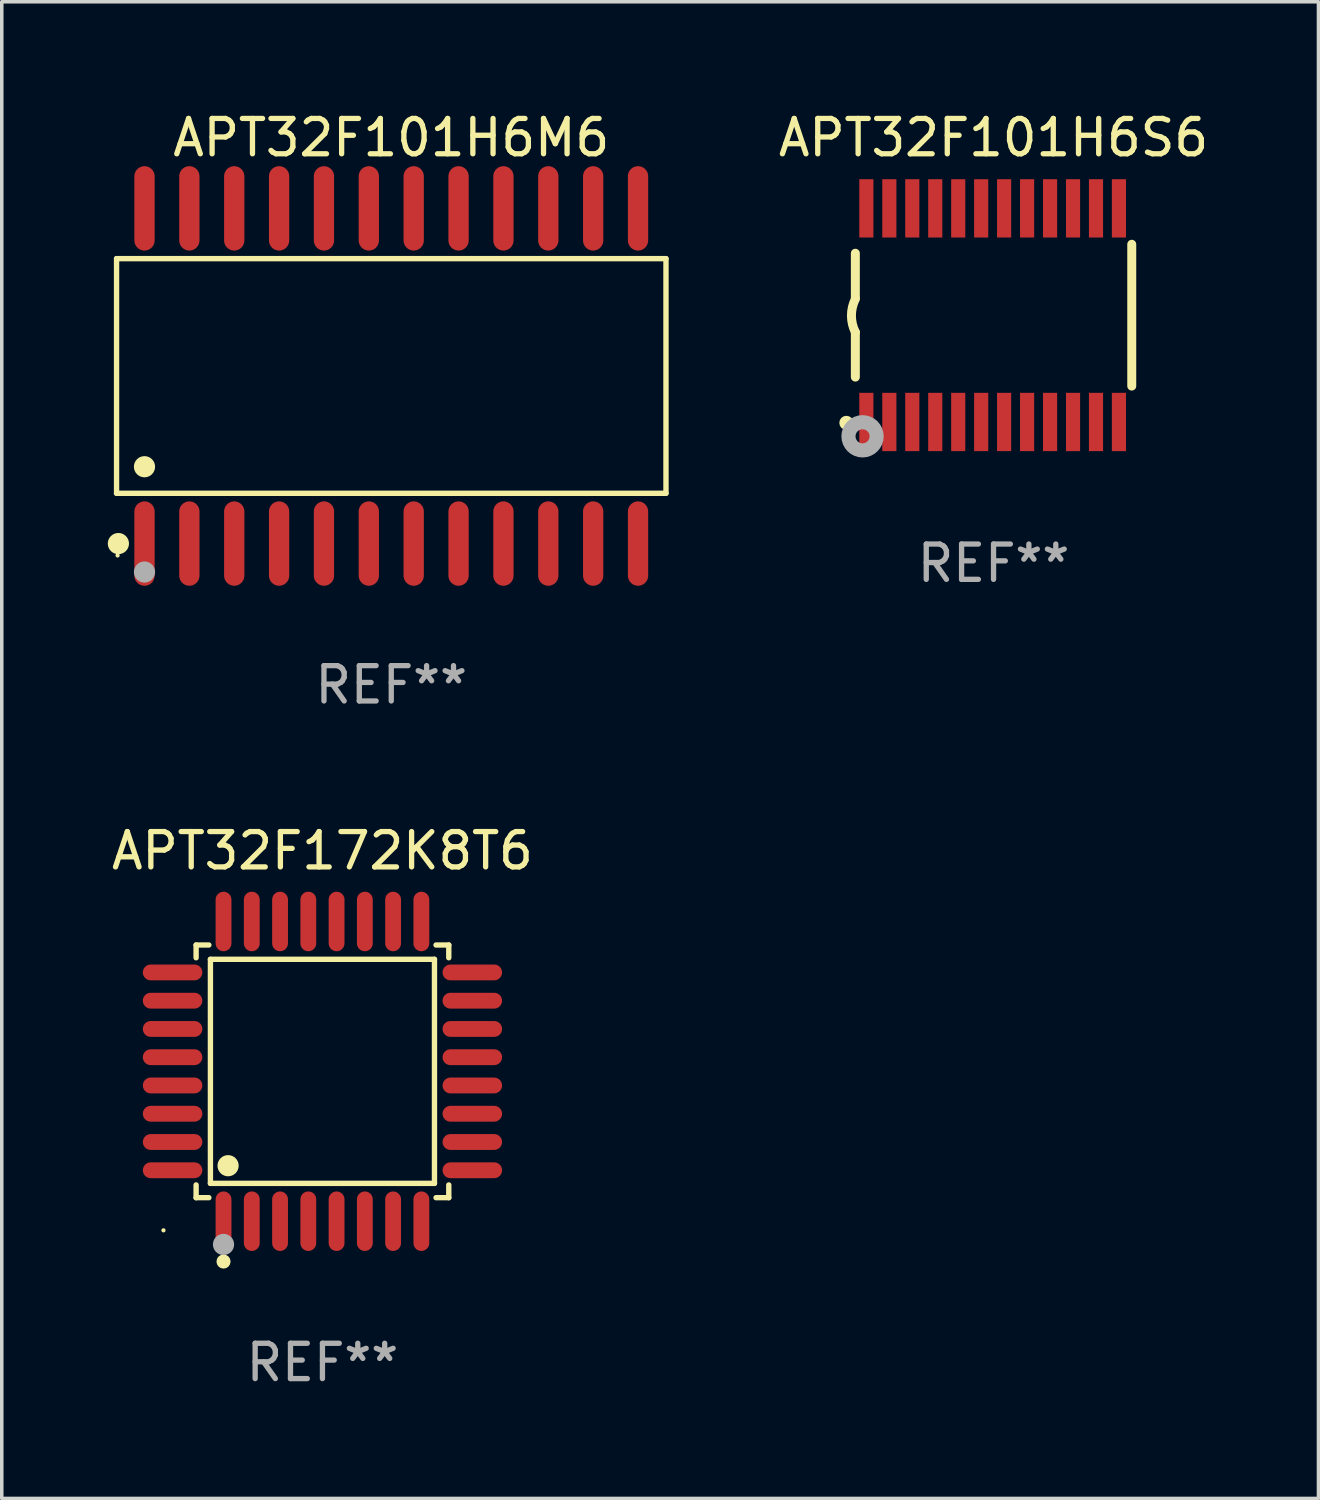
<source format=kicad_pcb>
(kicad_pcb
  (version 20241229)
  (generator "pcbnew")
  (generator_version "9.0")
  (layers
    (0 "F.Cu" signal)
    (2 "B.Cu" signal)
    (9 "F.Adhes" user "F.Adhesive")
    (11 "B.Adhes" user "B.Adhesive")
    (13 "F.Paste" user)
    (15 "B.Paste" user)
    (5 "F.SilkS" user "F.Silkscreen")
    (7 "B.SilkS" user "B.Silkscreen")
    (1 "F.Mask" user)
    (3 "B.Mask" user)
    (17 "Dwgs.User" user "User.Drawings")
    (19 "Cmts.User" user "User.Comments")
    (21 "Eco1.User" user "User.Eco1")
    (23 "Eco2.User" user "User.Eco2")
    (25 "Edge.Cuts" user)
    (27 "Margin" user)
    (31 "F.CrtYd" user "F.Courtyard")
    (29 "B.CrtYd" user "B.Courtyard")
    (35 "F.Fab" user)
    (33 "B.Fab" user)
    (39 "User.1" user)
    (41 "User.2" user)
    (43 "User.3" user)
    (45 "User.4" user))
  (footprint "APT32F172K8T6"
    (layer "F.Cu")
    (at 6.077 27.275)
    (property "Reference" "APT32F172K8T6" (at 0 -6.242 0) (layer "F.SilkS") (effects (font (size 1 1) (thickness 0.15))))
    (attr through_hole)
    (fp_line (start -3.576 -3.576) (end -3.215 -3.576) (stroke (width 0.152) (type solid)) (layer "F.SilkS"))
    (fp_line (start -3.576 -3.215) (end -3.576 -3.576) (stroke (width 0.152) (type solid)) (layer "F.SilkS"))
    (fp_line (start -3.576 3.215) (end -3.576 3.576) (stroke (width 0.152) (type solid)) (layer "F.SilkS"))
    (fp_line (start -3.576 3.576) (end -3.215 3.576) (stroke (width 0.152) (type solid)) (layer "F.SilkS"))
    (fp_line (start -3.171 -3.171) (end 3.171 -3.171) (stroke (width 0.152) (type solid)) (layer "F.SilkS"))
    (fp_line (start -3.171 3.171) (end -3.171 -3.171) (stroke (width 0.152) (type solid)) (layer "F.SilkS"))
    (fp_line (start 3.171 -3.171) (end 3.171 3.171) (stroke (width 0.152) (type solid)) (layer "F.SilkS"))
    (fp_line (start 3.171 3.171) (end -3.171 3.171) (stroke (width 0.152) (type solid)) (layer "F.SilkS"))
    (fp_line (start 3.576 -3.576) (end 3.215 -3.576) (stroke (width 0.152) (type solid)) (layer "F.SilkS"))
    (fp_line (start 3.576 -3.215) (end 3.576 -3.576) (stroke (width 0.152) (type solid)) (layer "F.SilkS"))
    (fp_line (start 3.576 3.215) (end 3.576 3.576) (stroke (width 0.152) (type solid)) (layer "F.SilkS"))
    (fp_line (start 3.576 3.576) (end 3.215 3.576) (stroke (width 0.152) (type solid)) (layer "F.SilkS"))
    (fp_circle (center -4.5 4.5) (end -4.47 4.5) (stroke (width 0.06) (type solid)) (fill no) (layer "F.SilkS"))
    (fp_circle (center -2.8 5.384) (end -2.7 5.384) (stroke (width 0.2) (type solid)) (fill no) (layer "F.SilkS"))
    (fp_circle (center -2.671 2.671) (end -2.521 2.671) (stroke (width 0.3) (type solid)) (fill no) (layer "F.SilkS"))
    (fp_circle (center -2.8 4.9) (end -2.65 4.9) (stroke (width 0.3) (type solid)) (fill no) (layer "F.Fab"))
    (fp_text user "REF**" (at 0 8.242 0) (layer "F.Fab") (effects (font (size 1 1) (thickness 0.15))))
    (pad "1" smd oval (at -2.8 4.242) (size 0.448 1.684) (layers "F.Cu" "F.Mask" "F.Paste"))
    (pad "2" smd oval (at -2 4.242) (size 0.448 1.684) (layers "F.Cu" "F.Mask" "F.Paste"))
    (pad "3" smd oval (at -1.2 4.242) (size 0.448 1.684) (layers "F.Cu" "F.Mask" "F.Paste"))
    (pad "4" smd oval (at -0.4 4.242) (size 0.448 1.684) (layers "F.Cu" "F.Mask" "F.Paste"))
    (pad "5" smd oval (at 0.4 4.242) (size 0.448 1.684) (layers "F.Cu" "F.Mask" "F.Paste"))
    (pad "6" smd oval (at 1.2 4.242) (size 0.448 1.684) (layers "F.Cu" "F.Mask" "F.Paste"))
    (pad "7" smd oval (at 2 4.242) (size 0.448 1.684) (layers "F.Cu" "F.Mask" "F.Paste"))
    (pad "8" smd oval (at 2.8 4.242) (size 0.448 1.684) (layers "F.Cu" "F.Mask" "F.Paste"))
    (pad "9" smd oval (at 4.242 2.8) (size 1.684 0.448) (layers "F.Cu" "F.Mask" "F.Paste"))
    (pad "10" smd oval (at 4.242 2) (size 1.684 0.448) (layers "F.Cu" "F.Mask" "F.Paste"))
    (pad "11" smd oval (at 4.242 1.2) (size 1.684 0.448) (layers "F.Cu" "F.Mask" "F.Paste"))
    (pad "12" smd oval (at 4.242 0.4) (size 1.684 0.448) (layers "F.Cu" "F.Mask" "F.Paste"))
    (pad "13" smd oval (at 4.242 -0.4) (size 1.684 0.448) (layers "F.Cu" "F.Mask" "F.Paste"))
    (pad "14" smd oval (at 4.242 -1.2) (size 1.684 0.448) (layers "F.Cu" "F.Mask" "F.Paste"))
    (pad "15" smd oval (at 4.242 -2) (size 1.684 0.448) (layers "F.Cu" "F.Mask" "F.Paste"))
    (pad "16" smd oval (at 4.242 -2.8) (size 1.684 0.448) (layers "F.Cu" "F.Mask" "F.Paste"))
    (pad "17" smd oval (at 2.8 -4.242) (size 0.448 1.684) (layers "F.Cu" "F.Mask" "F.Paste"))
    (pad "18" smd oval (at 2 -4.242) (size 0.448 1.684) (layers "F.Cu" "F.Mask" "F.Paste"))
    (pad "19" smd oval (at 1.2 -4.242) (size 0.448 1.684) (layers "F.Cu" "F.Mask" "F.Paste"))
    (pad "20" smd oval (at 0.4 -4.242) (size 0.448 1.684) (layers "F.Cu" "F.Mask" "F.Paste"))
    (pad "21" smd oval (at -0.4 -4.242) (size 0.448 1.684) (layers "F.Cu" "F.Mask" "F.Paste"))
    (pad "22" smd oval (at -1.2 -4.242) (size 0.448 1.684) (layers "F.Cu" "F.Mask" "F.Paste"))
    (pad "23" smd oval (at -2 -4.242) (size 0.448 1.684) (layers "F.Cu" "F.Mask" "F.Paste"))
    (pad "24" smd oval (at -2.8 -4.242) (size 0.448 1.684) (layers "F.Cu" "F.Mask" "F.Paste"))
    (pad "25" smd oval (at -4.242 -2.8) (size 1.684 0.448) (layers "F.Cu" "F.Mask" "F.Paste"))
    (pad "26" smd oval (at -4.242 -2) (size 1.684 0.448) (layers "F.Cu" "F.Mask" "F.Paste"))
    (pad "27" smd oval (at -4.242 -1.2) (size 1.684 0.448) (layers "F.Cu" "F.Mask" "F.Paste"))
    (pad "28" smd oval (at -4.242 -0.4) (size 1.684 0.448) (layers "F.Cu" "F.Mask" "F.Paste"))
    (pad "29" smd oval (at -4.242 0.4) (size 1.684 0.448) (layers "F.Cu" "F.Mask" "F.Paste"))
    (pad "30" smd oval (at -4.242 1.2) (size 1.684 0.448) (layers "F.Cu" "F.Mask" "F.Paste"))
    (pad "31" smd oval (at -4.242 2) (size 1.684 0.448) (layers "F.Cu" "F.Mask" "F.Paste"))
    (pad "32" smd oval (at -4.242 2.8) (size 1.684 0.448) (layers "F.Cu" "F.Mask" "F.Paste")))
  (footprint "APT32F101H6M6"
    (layer "F.Cu")
    (at 8.025 7.592)
    (property "Reference" "APT32F101H6M6" (at 0 -6.744 0) (layer "F.SilkS") (effects (font (size 1 1) (thickness 0.15))))
    (attr through_hole)
    (fp_line (start -7.776 -3.321) (end 7.776 -3.321) (stroke (width 0.152) (type solid)) (layer "F.SilkS"))
    (fp_line (start -7.776 3.321) (end -7.776 -3.321) (stroke (width 0.152) (type solid)) (layer "F.SilkS"))
    (fp_line (start 7.776 -3.321) (end 7.776 3.321) (stroke (width 0.152) (type solid)) (layer "F.SilkS"))
    (fp_line (start 7.776 3.321) (end -7.776 3.321) (stroke (width 0.152) (type solid)) (layer "F.SilkS"))
    (fp_circle (center -7.747 5.08) (end -7.717 5.08) (stroke (width 0.06) (type solid)) (fill no) (layer "F.SilkS"))
    (fp_circle (center -7.724 4.744) (end -7.574 4.744) (stroke (width 0.3) (type solid)) (fill no) (layer "F.SilkS"))
    (fp_circle (center -6.985 2.569) (end -6.835 2.569) (stroke (width 0.3) (type solid)) (fill no) (layer "F.SilkS"))
    (fp_circle (center -6.985 5.55) (end -6.835 5.55) (stroke (width 0.3) (type solid)) (fill no) (layer "F.Fab"))
    (fp_text user "REF**" (at 0 8.744 0) (layer "F.Fab") (effects (font (size 1 1) (thickness 0.15))))
    (pad "1" smd oval (at -6.985 4.744) (size 0.574 2.388) (layers "F.Cu" "F.Mask" "F.Paste"))
    (pad "2" smd oval (at -5.715 4.744) (size 0.574 2.388) (layers "F.Cu" "F.Mask" "F.Paste"))
    (pad "3" smd oval (at -4.445 4.744) (size 0.574 2.388) (layers "F.Cu" "F.Mask" "F.Paste"))
    (pad "4" smd oval (at -3.175 4.744) (size 0.574 2.388) (layers "F.Cu" "F.Mask" "F.Paste"))
    (pad "5" smd oval (at -1.905 4.744) (size 0.574 2.388) (layers "F.Cu" "F.Mask" "F.Paste"))
    (pad "6" smd oval (at -0.635 4.744) (size 0.574 2.388) (layers "F.Cu" "F.Mask" "F.Paste"))
    (pad "7" smd oval (at 0.635 4.744) (size 0.574 2.388) (layers "F.Cu" "F.Mask" "F.Paste"))
    (pad "8" smd oval (at 1.905 4.744) (size 0.574 2.388) (layers "F.Cu" "F.Mask" "F.Paste"))
    (pad "9" smd oval (at 3.175 4.744) (size 0.574 2.388) (layers "F.Cu" "F.Mask" "F.Paste"))
    (pad "10" smd oval (at 4.445 4.744) (size 0.574 2.388) (layers "F.Cu" "F.Mask" "F.Paste"))
    (pad "11" smd oval (at 5.715 4.744) (size 0.574 2.388) (layers "F.Cu" "F.Mask" "F.Paste"))
    (pad "12" smd oval (at 6.985 4.744) (size 0.574 2.388) (layers "F.Cu" "F.Mask" "F.Paste"))
    (pad "13" smd oval (at 6.985 -4.744) (size 0.574 2.388) (layers "F.Cu" "F.Mask" "F.Paste"))
    (pad "14" smd oval (at 5.715 -4.744) (size 0.574 2.388) (layers "F.Cu" "F.Mask" "F.Paste"))
    (pad "15" smd oval (at 4.445 -4.744) (size 0.574 2.388) (layers "F.Cu" "F.Mask" "F.Paste"))
    (pad "16" smd oval (at 3.175 -4.744) (size 0.574 2.388) (layers "F.Cu" "F.Mask" "F.Paste"))
    (pad "17" smd oval (at 1.905 -4.744) (size 0.574 2.388) (layers "F.Cu" "F.Mask" "F.Paste"))
    (pad "18" smd oval (at 0.635 -4.744) (size 0.574 2.388) (layers "F.Cu" "F.Mask" "F.Paste"))
    (pad "19" smd oval (at -0.635 -4.744) (size 0.574 2.388) (layers "F.Cu" "F.Mask" "F.Paste"))
    (pad "20" smd oval (at -1.905 -4.744) (size 0.574 2.388) (layers "F.Cu" "F.Mask" "F.Paste"))
    (pad "21" smd oval (at -3.175 -4.744) (size 0.574 2.388) (layers "F.Cu" "F.Mask" "F.Paste"))
    (pad "22" smd oval (at -4.445 -4.744) (size 0.574 2.388) (layers "F.Cu" "F.Mask" "F.Paste"))
    (pad "23" smd oval (at -5.715 -4.744) (size 0.574 2.388) (layers "F.Cu" "F.Mask" "F.Paste"))
    (pad "24" smd oval (at -6.985 -4.744) (size 0.574 2.388) (layers "F.Cu" "F.Mask" "F.Paste")))
  (footprint "APT32F101H6S6"
    (layer "F.Cu")
    (at 25.073 5.871)
    (property "Reference" "APT32F101H6S6" (at 0 -5.023 0) (layer "F.SilkS") (effects (font (size 1 1) (thickness 0.15))))
    (attr through_hole)
    (fp_line (start -3.912 -0.483) (end -3.912 -1.753) (stroke (width 0.254) (type solid)) (layer "F.SilkS"))
    (fp_line (start -3.912 1.753) (end -3.912 0.483) (stroke (width 0.254) (type solid)) (layer "F.SilkS"))
    (fp_line (start 3.912 -2.007) (end 3.912 2.007) (stroke (width 0.254) (type solid)) (layer "F.SilkS"))
    (fp_arc (start -3.911608 0.482601) (mid -4.022537 0.0127) (end -3.911608 -0.457201) (stroke (width 0.254001) (type solid)) (layer "F.SilkS"))
    (fp_circle (center -4.166 3.048) (end -4.066 3.048) (stroke (width 0.2) (type solid)) (fill no) (layer "F.SilkS"))
    (fp_circle (center -3.925 3.186) (end -3.895 3.186) (stroke (width 0.06) (type solid)) (fill no) (layer "F.SilkS"))
    (fp_circle (center -3.708 3.429) (end -3.509 3.429) (stroke (width 0.4) (type solid)) (fill no) (layer "F.Fab"))
    (fp_text user "REF**" (at 0 7.023 0) (layer "F.Fab") (effects (font (size 1 1) (thickness 0.15))))
    (pad "1" smd rect (at -3.6 3.023) (size 0.4 1.65) (layers "F.Cu" "F.Mask" "F.Paste"))
    (pad "2" smd rect (at -2.95 3.023) (size 0.4 1.65) (layers "F.Cu" "F.Mask" "F.Paste"))
    (pad "3" smd rect (at -2.3 3.023) (size 0.4 1.65) (layers "F.Cu" "F.Mask" "F.Paste"))
    (pad "4" smd rect (at -1.65 3.023) (size 0.4 1.65) (layers "F.Cu" "F.Mask" "F.Paste"))
    (pad "5" smd rect (at -1 3.023) (size 0.4 1.65) (layers "F.Cu" "F.Mask" "F.Paste"))
    (pad "6" smd rect (at -0.35 3.023) (size 0.4 1.65) (layers "F.Cu" "F.Mask" "F.Paste"))
    (pad "7" smd rect (at 0.299 3.023) (size 0.4 1.65) (layers "F.Cu" "F.Mask" "F.Paste"))
    (pad "8" smd rect (at 0.95 3.023) (size 0.4 1.65) (layers "F.Cu" "F.Mask" "F.Paste"))
    (pad "9" smd rect (at 1.6 3.023) (size 0.4 1.65) (layers "F.Cu" "F.Mask" "F.Paste"))
    (pad "10" smd rect (at 2.25 3.023) (size 0.4 1.65) (layers "F.Cu" "F.Mask" "F.Paste"))
    (pad "11" smd rect (at 2.9 3.023) (size 0.4 1.65) (layers "F.Cu" "F.Mask" "F.Paste"))
    (pad "12" smd rect (at 3.549 3.023) (size 0.4 1.65) (layers "F.Cu" "F.Mask" "F.Paste"))
    (pad "13" smd rect (at 3.549 -3.023) (size 0.4 1.65) (layers "F.Cu" "F.Mask" "F.Paste"))
    (pad "14" smd rect (at 2.9 -3.023) (size 0.4 1.65) (layers "F.Cu" "F.Mask" "F.Paste"))
    (pad "15" smd rect (at 2.25 -3.023) (size 0.4 1.65) (layers "F.Cu" "F.Mask" "F.Paste"))
    (pad "16" smd rect (at 1.6 -3.023) (size 0.4 1.65) (layers "F.Cu" "F.Mask" "F.Paste"))
    (pad "17" smd rect (at 0.95 -3.023) (size 0.4 1.65) (layers "F.Cu" "F.Mask" "F.Paste"))
    (pad "18" smd rect (at 0.299 -3.023) (size 0.4 1.65) (layers "F.Cu" "F.Mask" "F.Paste"))
    (pad "19" smd rect (at -0.35 -3.023) (size 0.4 1.65) (layers "F.Cu" "F.Mask" "F.Paste"))
    (pad "20" smd rect (at -1 -3.023) (size 0.4 1.65) (layers "F.Cu" "F.Mask" "F.Paste"))
    (pad "21" smd rect (at -1.65 -3.023) (size 0.4 1.65) (layers "F.Cu" "F.Mask" "F.Paste"))
    (pad "22" smd rect (at -2.3 -3.023) (size 0.4 1.65) (layers "F.Cu" "F.Mask" "F.Paste"))
    (pad "23" smd rect (at -2.95 -3.023) (size 0.4 1.65) (layers "F.Cu" "F.Mask" "F.Paste"))
    (pad "24" smd rect (at -3.6 -3.023) (size 0.4 1.65) (layers "F.Cu" "F.Mask" "F.Paste")))
  (gr_rect
    (start -3 -3)
    (end 34.27 39.365)
    (stroke (width 0.1) (type default))
    (fill no)
    (layer "Edge.Cuts")))
</source>
